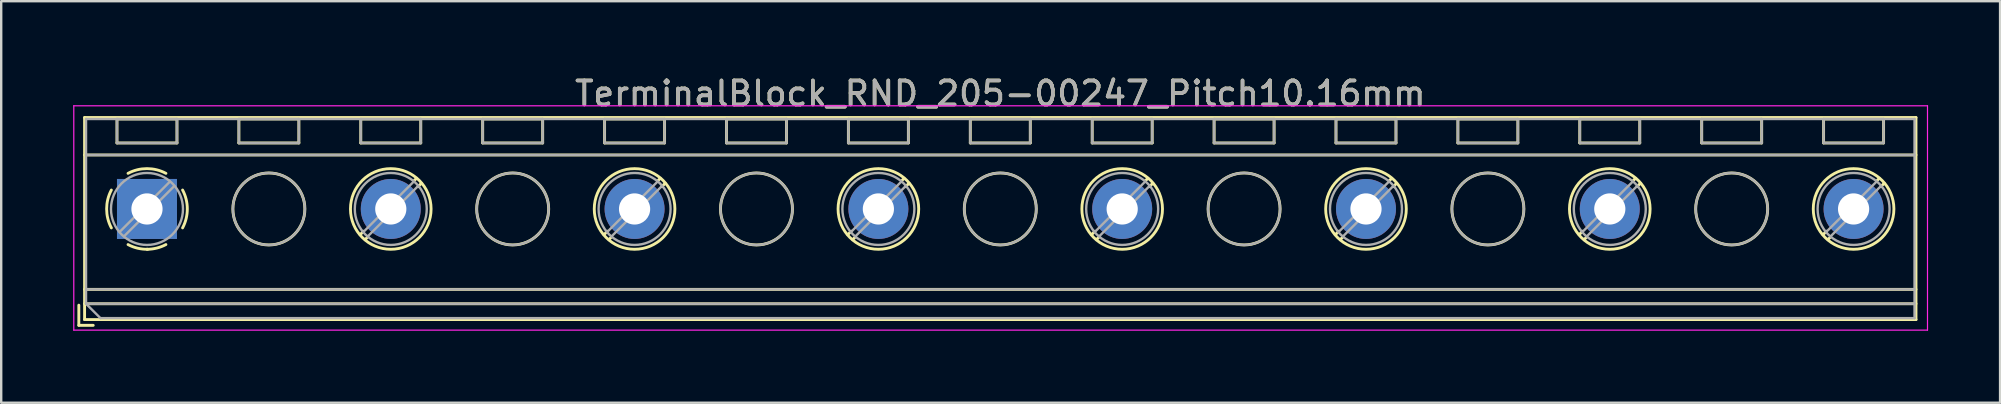
<source format=kicad_pcb>
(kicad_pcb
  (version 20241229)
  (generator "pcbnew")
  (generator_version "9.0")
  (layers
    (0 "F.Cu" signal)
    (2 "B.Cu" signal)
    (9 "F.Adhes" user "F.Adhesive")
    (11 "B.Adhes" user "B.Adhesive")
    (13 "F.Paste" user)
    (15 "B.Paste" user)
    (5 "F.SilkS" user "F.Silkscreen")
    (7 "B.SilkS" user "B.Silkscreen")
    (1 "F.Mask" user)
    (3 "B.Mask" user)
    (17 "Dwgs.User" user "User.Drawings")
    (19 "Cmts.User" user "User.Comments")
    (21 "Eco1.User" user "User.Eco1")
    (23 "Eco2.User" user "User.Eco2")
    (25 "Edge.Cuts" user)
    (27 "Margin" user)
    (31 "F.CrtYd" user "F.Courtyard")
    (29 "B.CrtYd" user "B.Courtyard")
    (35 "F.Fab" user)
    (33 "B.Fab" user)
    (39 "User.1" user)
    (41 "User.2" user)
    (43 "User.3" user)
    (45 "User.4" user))
  (footprint "TerminalBlock_RND_205-00247_Pitch10.16mm"
    (layer "F.Cu")
    (at 3.075 5.658)
    (property "Reference" "TerminalBlock_RND_205-00247_Pitch10.16mm" (at 35.56 -4.81 0) (layer "F.SilkS") (effects (font (size 1 1) (thickness 0.15))))
    (attr through_hole)
    (fp_line (start -2.84 4.01) (end -2.84 4.85) (stroke (width 0.12) (type solid)) (layer "F.SilkS"))
    (fp_line (start -2.84 4.85) (end -2.24 4.85) (stroke (width 0.12) (type solid)) (layer "F.SilkS"))
    (fp_line (start -2.6 -3.81) (end -2.6 4.61) (stroke (width 0.12) (type solid)) (layer "F.SilkS"))
    (fp_line (start -2.6 -2.25) (end 73.72 -2.25) (stroke (width 0.12) (type solid)) (layer "F.SilkS"))
    (fp_line (start -2.6 3.35) (end 73.72 3.35) (stroke (width 0.12) (type solid)) (layer "F.SilkS"))
    (fp_line (start -2.6 3.95) (end 73.72 3.95) (stroke (width 0.12) (type solid)) (layer "F.SilkS"))
    (fp_line (start -2.6 4.61) (end 73.72 4.61) (stroke (width 0.12) (type solid)) (layer "F.SilkS"))
    (fp_line (start -1.25 -3.751) (end -1.25 -2.751) (stroke (width 0.12) (type solid)) (layer "F.SilkS"))
    (fp_line (start -1.25 -3.751) (end 1.25 -3.751) (stroke (width 0.12) (type solid)) (layer "F.SilkS"))
    (fp_line (start -1.25 -2.751) (end 1.25 -2.751) (stroke (width 0.12) (type solid)) (layer "F.SilkS"))
    (fp_line (start 1.25 -3.751) (end 1.25 -2.751) (stroke (width 0.12) (type solid)) (layer "F.SilkS"))
    (fp_line (start 3.83 -3.751) (end 3.83 -2.751) (stroke (width 0.12) (type solid)) (layer "F.SilkS"))
    (fp_line (start 3.83 -3.751) (end 6.33 -3.751) (stroke (width 0.12) (type solid)) (layer "F.SilkS"))
    (fp_line (start 3.83 -2.751) (end 6.33 -2.751) (stroke (width 0.12) (type solid)) (layer "F.SilkS"))
    (fp_line (start 6.33 -3.751) (end 6.33 -2.751) (stroke (width 0.12) (type solid)) (layer "F.SilkS"))
    (fp_line (start 8.91 -3.751) (end 8.91 -2.751) (stroke (width 0.12) (type solid)) (layer "F.SilkS"))
    (fp_line (start 8.91 -3.751) (end 11.41 -3.751) (stroke (width 0.12) (type solid)) (layer "F.SilkS"))
    (fp_line (start 8.91 -2.751) (end 11.41 -2.751) (stroke (width 0.12) (type solid)) (layer "F.SilkS"))
    (fp_line (start 9.027 0.929) (end 8.886 1.069) (stroke (width 0.12) (type solid)) (layer "F.SilkS"))
    (fp_line (start 9.197 1.169) (end 9.091 1.274) (stroke (width 0.12) (type solid)) (layer "F.SilkS"))
    (fp_line (start 11.23 -1.275) (end 11.124 -1.169) (stroke (width 0.12) (type solid)) (layer "F.SilkS"))
    (fp_line (start 11.41 -3.751) (end 11.41 -2.751) (stroke (width 0.12) (type solid)) (layer "F.SilkS"))
    (fp_line (start 11.435 -1.069) (end 11.294 -0.929) (stroke (width 0.12) (type solid)) (layer "F.SilkS"))
    (fp_line (start 13.99 -3.751) (end 13.99 -2.751) (stroke (width 0.12) (type solid)) (layer "F.SilkS"))
    (fp_line (start 13.99 -3.751) (end 16.49 -3.751) (stroke (width 0.12) (type solid)) (layer "F.SilkS"))
    (fp_line (start 13.99 -2.751) (end 16.49 -2.751) (stroke (width 0.12) (type solid)) (layer "F.SilkS"))
    (fp_line (start 16.49 -3.751) (end 16.49 -2.751) (stroke (width 0.12) (type solid)) (layer "F.SilkS"))
    (fp_line (start 19.07 -3.751) (end 19.07 -2.751) (stroke (width 0.12) (type solid)) (layer "F.SilkS"))
    (fp_line (start 19.07 -3.751) (end 21.57 -3.751) (stroke (width 0.12) (type solid)) (layer "F.SilkS"))
    (fp_line (start 19.07 -2.751) (end 21.57 -2.751) (stroke (width 0.12) (type solid)) (layer "F.SilkS"))
    (fp_line (start 19.187 0.929) (end 19.046 1.069) (stroke (width 0.12) (type solid)) (layer "F.SilkS"))
    (fp_line (start 19.357 1.169) (end 19.251 1.274) (stroke (width 0.12) (type solid)) (layer "F.SilkS"))
    (fp_line (start 21.39 -1.275) (end 21.284 -1.169) (stroke (width 0.12) (type solid)) (layer "F.SilkS"))
    (fp_line (start 21.57 -3.751) (end 21.57 -2.751) (stroke (width 0.12) (type solid)) (layer "F.SilkS"))
    (fp_line (start 21.595 -1.069) (end 21.454 -0.929) (stroke (width 0.12) (type solid)) (layer "F.SilkS"))
    (fp_line (start 24.15 -3.751) (end 24.15 -2.751) (stroke (width 0.12) (type solid)) (layer "F.SilkS"))
    (fp_line (start 24.15 -3.751) (end 26.65 -3.751) (stroke (width 0.12) (type solid)) (layer "F.SilkS"))
    (fp_line (start 24.15 -2.751) (end 26.65 -2.751) (stroke (width 0.12) (type solid)) (layer "F.SilkS"))
    (fp_line (start 26.65 -3.751) (end 26.65 -2.751) (stroke (width 0.12) (type solid)) (layer "F.SilkS"))
    (fp_line (start 29.23 -3.751) (end 29.23 -2.751) (stroke (width 0.12) (type solid)) (layer "F.SilkS"))
    (fp_line (start 29.23 -3.751) (end 31.73 -3.751) (stroke (width 0.12) (type solid)) (layer "F.SilkS"))
    (fp_line (start 29.23 -2.751) (end 31.73 -2.751) (stroke (width 0.12) (type solid)) (layer "F.SilkS"))
    (fp_line (start 29.347 0.929) (end 29.206 1.069) (stroke (width 0.12) (type solid)) (layer "F.SilkS"))
    (fp_line (start 29.517 1.169) (end 29.411 1.274) (stroke (width 0.12) (type solid)) (layer "F.SilkS"))
    (fp_line (start 31.55 -1.275) (end 31.444 -1.169) (stroke (width 0.12) (type solid)) (layer "F.SilkS"))
    (fp_line (start 31.73 -3.751) (end 31.73 -2.751) (stroke (width 0.12) (type solid)) (layer "F.SilkS"))
    (fp_line (start 31.755 -1.069) (end 31.614 -0.929) (stroke (width 0.12) (type solid)) (layer "F.SilkS"))
    (fp_line (start 34.31 -3.751) (end 34.31 -2.751) (stroke (width 0.12) (type solid)) (layer "F.SilkS"))
    (fp_line (start 34.31 -3.751) (end 36.81 -3.751) (stroke (width 0.12) (type solid)) (layer "F.SilkS"))
    (fp_line (start 34.31 -2.751) (end 36.81 -2.751) (stroke (width 0.12) (type solid)) (layer "F.SilkS"))
    (fp_line (start 36.81 -3.751) (end 36.81 -2.751) (stroke (width 0.12) (type solid)) (layer "F.SilkS"))
    (fp_line (start 39.39 -3.751) (end 39.39 -2.751) (stroke (width 0.12) (type solid)) (layer "F.SilkS"))
    (fp_line (start 39.39 -3.751) (end 41.89 -3.751) (stroke (width 0.12) (type solid)) (layer "F.SilkS"))
    (fp_line (start 39.39 -2.751) (end 41.89 -2.751) (stroke (width 0.12) (type solid)) (layer "F.SilkS"))
    (fp_line (start 39.507 0.929) (end 39.366 1.069) (stroke (width 0.12) (type solid)) (layer "F.SilkS"))
    (fp_line (start 39.677 1.169) (end 39.571 1.274) (stroke (width 0.12) (type solid)) (layer "F.SilkS"))
    (fp_line (start 41.71 -1.275) (end 41.604 -1.169) (stroke (width 0.12) (type solid)) (layer "F.SilkS"))
    (fp_line (start 41.89 -3.751) (end 41.89 -2.751) (stroke (width 0.12) (type solid)) (layer "F.SilkS"))
    (fp_line (start 41.915 -1.069) (end 41.774 -0.929) (stroke (width 0.12) (type solid)) (layer "F.SilkS"))
    (fp_line (start 44.47 -3.751) (end 44.47 -2.751) (stroke (width 0.12) (type solid)) (layer "F.SilkS"))
    (fp_line (start 44.47 -3.751) (end 46.97 -3.751) (stroke (width 0.12) (type solid)) (layer "F.SilkS"))
    (fp_line (start 44.47 -2.751) (end 46.97 -2.751) (stroke (width 0.12) (type solid)) (layer "F.SilkS"))
    (fp_line (start 46.97 -3.751) (end 46.97 -2.751) (stroke (width 0.12) (type solid)) (layer "F.SilkS"))
    (fp_line (start 49.55 -3.751) (end 49.55 -2.751) (stroke (width 0.12) (type solid)) (layer "F.SilkS"))
    (fp_line (start 49.55 -3.751) (end 52.05 -3.751) (stroke (width 0.12) (type solid)) (layer "F.SilkS"))
    (fp_line (start 49.55 -2.751) (end 52.05 -2.751) (stroke (width 0.12) (type solid)) (layer "F.SilkS"))
    (fp_line (start 49.667 0.929) (end 49.526 1.069) (stroke (width 0.12) (type solid)) (layer "F.SilkS"))
    (fp_line (start 49.837 1.169) (end 49.731 1.274) (stroke (width 0.12) (type solid)) (layer "F.SilkS"))
    (fp_line (start 51.87 -1.275) (end 51.764 -1.169) (stroke (width 0.12) (type solid)) (layer "F.SilkS"))
    (fp_line (start 52.05 -3.751) (end 52.05 -2.751) (stroke (width 0.12) (type solid)) (layer "F.SilkS"))
    (fp_line (start 52.075 -1.069) (end 51.934 -0.929) (stroke (width 0.12) (type solid)) (layer "F.SilkS"))
    (fp_line (start 54.63 -3.751) (end 54.63 -2.751) (stroke (width 0.12) (type solid)) (layer "F.SilkS"))
    (fp_line (start 54.63 -3.751) (end 57.13 -3.751) (stroke (width 0.12) (type solid)) (layer "F.SilkS"))
    (fp_line (start 54.63 -2.751) (end 57.13 -2.751) (stroke (width 0.12) (type solid)) (layer "F.SilkS"))
    (fp_line (start 57.13 -3.751) (end 57.13 -2.751) (stroke (width 0.12) (type solid)) (layer "F.SilkS"))
    (fp_line (start 59.71 -3.751) (end 59.71 -2.751) (stroke (width 0.12) (type solid)) (layer "F.SilkS"))
    (fp_line (start 59.71 -3.751) (end 62.21 -3.751) (stroke (width 0.12) (type solid)) (layer "F.SilkS"))
    (fp_line (start 59.71 -2.751) (end 62.21 -2.751) (stroke (width 0.12) (type solid)) (layer "F.SilkS"))
    (fp_line (start 59.827 0.929) (end 59.686 1.069) (stroke (width 0.12) (type solid)) (layer "F.SilkS"))
    (fp_line (start 59.997 1.169) (end 59.891 1.274) (stroke (width 0.12) (type solid)) (layer "F.SilkS"))
    (fp_line (start 62.03 -1.275) (end 61.924 -1.169) (stroke (width 0.12) (type solid)) (layer "F.SilkS"))
    (fp_line (start 62.21 -3.751) (end 62.21 -2.751) (stroke (width 0.12) (type solid)) (layer "F.SilkS"))
    (fp_line (start 62.235 -1.069) (end 62.094 -0.929) (stroke (width 0.12) (type solid)) (layer "F.SilkS"))
    (fp_line (start 64.791 -3.751) (end 64.791 -2.751) (stroke (width 0.12) (type solid)) (layer "F.SilkS"))
    (fp_line (start 64.791 -3.751) (end 67.29 -3.751) (stroke (width 0.12) (type solid)) (layer "F.SilkS"))
    (fp_line (start 64.791 -2.751) (end 67.29 -2.751) (stroke (width 0.12) (type solid)) (layer "F.SilkS"))
    (fp_line (start 67.29 -3.751) (end 67.29 -2.751) (stroke (width 0.12) (type solid)) (layer "F.SilkS"))
    (fp_line (start 69.87 -3.751) (end 69.87 -2.751) (stroke (width 0.12) (type solid)) (layer "F.SilkS"))
    (fp_line (start 69.87 -3.751) (end 72.37 -3.751) (stroke (width 0.12) (type solid)) (layer "F.SilkS"))
    (fp_line (start 69.87 -2.751) (end 72.37 -2.751) (stroke (width 0.12) (type solid)) (layer "F.SilkS"))
    (fp_line (start 69.987 0.929) (end 69.846 1.069) (stroke (width 0.12) (type solid)) (layer "F.SilkS"))
    (fp_line (start 70.157 1.169) (end 70.051 1.274) (stroke (width 0.12) (type solid)) (layer "F.SilkS"))
    (fp_line (start 72.19 -1.275) (end 72.084 -1.169) (stroke (width 0.12) (type solid)) (layer "F.SilkS"))
    (fp_line (start 72.37 -3.751) (end 72.37 -2.751) (stroke (width 0.12) (type solid)) (layer "F.SilkS"))
    (fp_line (start 72.395 -1.069) (end 72.254 -0.929) (stroke (width 0.12) (type solid)) (layer "F.SilkS"))
    (fp_line (start 73.72 -3.81) (end -2.6 -3.81) (stroke (width 0.12) (type solid)) (layer "F.SilkS"))
    (fp_line (start 73.72 4.61) (end 73.72 -3.81) (stroke (width 0.12) (type solid)) (layer "F.SilkS"))
    (fp_arc (start -1.483953 0.789089) (mid -1.680708 0.00005) (end -1.484 -0.789) (stroke (width 0.12) (type solid)) (layer "F.SilkS"))
    (fp_arc (start -0.789089 -1.483953) (mid -0.00005 -1.680708) (end 0.789 -1.484) (stroke (width 0.12) (type solid)) (layer "F.SilkS"))
    (fp_arc (start 0.029383 1.68045) (mid -0.392304 1.634281) (end -0.789 1.484) (stroke (width 0.12) (type solid)) (layer "F.SilkS"))
    (fp_arc (start 0.788712 1.483352) (mid 0.406429 1.630097) (end 0 1.68) (stroke (width 0.12) (type solid)) (layer "F.SilkS"))
    (fp_arc (start 1.483953 -0.789089) (mid 1.680708 -0.00005) (end 1.484 0.789) (stroke (width 0.12) (type solid)) (layer "F.SilkS"))
    (fp_circle (center 5.08 0) (end 6.58 0) (stroke (width 0.12) (type solid)) (fill no) (layer "F.SilkS"))
    (fp_circle (center 10.16 0) (end 11.84 0) (stroke (width 0.12) (type solid)) (fill no) (layer "F.SilkS"))
    (fp_circle (center 15.24 0) (end 16.74 0) (stroke (width 0.12) (type solid)) (fill no) (layer "F.SilkS"))
    (fp_circle (center 20.32 0) (end 22 0) (stroke (width 0.12) (type solid)) (fill no) (layer "F.SilkS"))
    (fp_circle (center 25.4 0) (end 26.9 0) (stroke (width 0.12) (type solid)) (fill no) (layer "F.SilkS"))
    (fp_circle (center 30.48 0) (end 32.16 0) (stroke (width 0.12) (type solid)) (fill no) (layer "F.SilkS"))
    (fp_circle (center 35.56 0) (end 37.06 0) (stroke (width 0.12) (type solid)) (fill no) (layer "F.SilkS"))
    (fp_circle (center 40.64 0) (end 42.32 0) (stroke (width 0.12) (type solid)) (fill no) (layer "F.SilkS"))
    (fp_circle (center 45.72 0) (end 47.22 0) (stroke (width 0.12) (type solid)) (fill no) (layer "F.SilkS"))
    (fp_circle (center 50.8 0) (end 52.48 0) (stroke (width 0.12) (type solid)) (fill no) (layer "F.SilkS"))
    (fp_circle (center 55.88 0) (end 57.38 0) (stroke (width 0.12) (type solid)) (fill no) (layer "F.SilkS"))
    (fp_circle (center 60.96 0) (end 62.64 0) (stroke (width 0.12) (type solid)) (fill no) (layer "F.SilkS"))
    (fp_circle (center 66.04 0) (end 67.54 0) (stroke (width 0.12) (type solid)) (fill no) (layer "F.SilkS"))
    (fp_circle (center 71.12 0) (end 72.8 0) (stroke (width 0.12) (type solid)) (fill no) (layer "F.SilkS"))
    (fp_line (start -3.05 -4.3) (end -3.05 5.05) (stroke (width 0.05) (type solid)) (layer "F.CrtYd"))
    (fp_line (start -3.05 5.05) (end 74.2 5.05) (stroke (width 0.05) (type solid)) (layer "F.CrtYd"))
    (fp_line (start 74.2 -4.3) (end -3.05 -4.3) (stroke (width 0.05) (type solid)) (layer "F.CrtYd"))
    (fp_line (start 74.2 5.05) (end 74.2 -4.3) (stroke (width 0.05) (type solid)) (layer "F.CrtYd"))
    (fp_line (start -2.54 -3.75) (end 73.66 -3.75) (stroke (width 0.1) (type solid)) (layer "F.Fab"))
    (fp_line (start -2.54 -2.25) (end 73.66 -2.25) (stroke (width 0.1) (type solid)) (layer "F.Fab"))
    (fp_line (start -2.54 3.35) (end 73.66 3.35) (stroke (width 0.1) (type solid)) (layer "F.Fab"))
    (fp_line (start -2.54 3.95) (end -2.54 -3.75) (stroke (width 0.1) (type solid)) (layer "F.Fab"))
    (fp_line (start -2.54 3.95) (end 73.66 3.95) (stroke (width 0.1) (type solid)) (layer "F.Fab"))
    (fp_line (start -1.94 4.55) (end -2.54 3.95) (stroke (width 0.1) (type solid)) (layer "F.Fab"))
    (fp_line (start -1.25 -3.75) (end -1.25 -2.75) (stroke (width 0.1) (type solid)) (layer "F.Fab"))
    (fp_line (start -1.25 -2.75) (end 1.25 -2.75) (stroke (width 0.1) (type solid)) (layer "F.Fab"))
    (fp_line (start 0.955 -1.138) (end -1.138 0.955) (stroke (width 0.1) (type solid)) (layer "F.Fab"))
    (fp_line (start 1.138 -0.955) (end -0.955 1.138) (stroke (width 0.1) (type solid)) (layer "F.Fab"))
    (fp_line (start 1.25 -3.75) (end -1.25 -3.75) (stroke (width 0.1) (type solid)) (layer "F.Fab"))
    (fp_line (start 1.25 -2.75) (end 1.25 -3.75) (stroke (width 0.1) (type solid)) (layer "F.Fab"))
    (fp_line (start 3.83 -3.75) (end 3.83 -2.75) (stroke (width 0.1) (type solid)) (layer "F.Fab"))
    (fp_line (start 3.83 -2.75) (end 6.33 -2.75) (stroke (width 0.1) (type solid)) (layer "F.Fab"))
    (fp_line (start 6.33 -3.75) (end 3.83 -3.75) (stroke (width 0.1) (type solid)) (layer "F.Fab"))
    (fp_line (start 6.33 -2.75) (end 6.33 -3.75) (stroke (width 0.1) (type solid)) (layer "F.Fab"))
    (fp_line (start 8.91 -3.75) (end 8.91 -2.75) (stroke (width 0.1) (type solid)) (layer "F.Fab"))
    (fp_line (start 8.91 -2.75) (end 11.41 -2.75) (stroke (width 0.1) (type solid)) (layer "F.Fab"))
    (fp_line (start 11.115 -1.138) (end 9.023 0.955) (stroke (width 0.1) (type solid)) (layer "F.Fab"))
    (fp_line (start 11.298 -0.955) (end 9.206 1.138) (stroke (width 0.1) (type solid)) (layer "F.Fab"))
    (fp_line (start 11.41 -3.75) (end 8.91 -3.75) (stroke (width 0.1) (type solid)) (layer "F.Fab"))
    (fp_line (start 11.41 -2.75) (end 11.41 -3.75) (stroke (width 0.1) (type solid)) (layer "F.Fab"))
    (fp_line (start 13.99 -3.75) (end 13.99 -2.75) (stroke (width 0.1) (type solid)) (layer "F.Fab"))
    (fp_line (start 13.99 -2.75) (end 16.49 -2.75) (stroke (width 0.1) (type solid)) (layer "F.Fab"))
    (fp_line (start 16.49 -3.75) (end 13.99 -3.75) (stroke (width 0.1) (type solid)) (layer "F.Fab"))
    (fp_line (start 16.49 -2.75) (end 16.49 -3.75) (stroke (width 0.1) (type solid)) (layer "F.Fab"))
    (fp_line (start 19.07 -3.75) (end 19.07 -2.75) (stroke (width 0.1) (type solid)) (layer "F.Fab"))
    (fp_line (start 19.07 -2.75) (end 21.57 -2.75) (stroke (width 0.1) (type solid)) (layer "F.Fab"))
    (fp_line (start 21.275 -1.138) (end 19.183 0.955) (stroke (width 0.1) (type solid)) (layer "F.Fab"))
    (fp_line (start 21.458 -0.955) (end 19.366 1.138) (stroke (width 0.1) (type solid)) (layer "F.Fab"))
    (fp_line (start 21.57 -3.75) (end 19.07 -3.75) (stroke (width 0.1) (type solid)) (layer "F.Fab"))
    (fp_line (start 21.57 -2.75) (end 21.57 -3.75) (stroke (width 0.1) (type solid)) (layer "F.Fab"))
    (fp_line (start 24.15 -3.75) (end 24.15 -2.75) (stroke (width 0.1) (type solid)) (layer "F.Fab"))
    (fp_line (start 24.15 -2.75) (end 26.65 -2.75) (stroke (width 0.1) (type solid)) (layer "F.Fab"))
    (fp_line (start 26.65 -3.75) (end 24.15 -3.75) (stroke (width 0.1) (type solid)) (layer "F.Fab"))
    (fp_line (start 26.65 -2.75) (end 26.65 -3.75) (stroke (width 0.1) (type solid)) (layer "F.Fab"))
    (fp_line (start 29.23 -3.75) (end 29.23 -2.75) (stroke (width 0.1) (type solid)) (layer "F.Fab"))
    (fp_line (start 29.23 -2.75) (end 31.73 -2.75) (stroke (width 0.1) (type solid)) (layer "F.Fab"))
    (fp_line (start 31.435 -1.138) (end 29.343 0.955) (stroke (width 0.1) (type solid)) (layer "F.Fab"))
    (fp_line (start 31.618 -0.955) (end 29.526 1.138) (stroke (width 0.1) (type solid)) (layer "F.Fab"))
    (fp_line (start 31.73 -3.75) (end 29.23 -3.75) (stroke (width 0.1) (type solid)) (layer "F.Fab"))
    (fp_line (start 31.73 -2.75) (end 31.73 -3.75) (stroke (width 0.1) (type solid)) (layer "F.Fab"))
    (fp_line (start 34.31 -3.75) (end 34.31 -2.75) (stroke (width 0.1) (type solid)) (layer "F.Fab"))
    (fp_line (start 34.31 -2.75) (end 36.81 -2.75) (stroke (width 0.1) (type solid)) (layer "F.Fab"))
    (fp_line (start 36.81 -3.75) (end 34.31 -3.75) (stroke (width 0.1) (type solid)) (layer "F.Fab"))
    (fp_line (start 36.81 -2.75) (end 36.81 -3.75) (stroke (width 0.1) (type solid)) (layer "F.Fab"))
    (fp_line (start 39.39 -3.75) (end 39.39 -2.75) (stroke (width 0.1) (type solid)) (layer "F.Fab"))
    (fp_line (start 39.39 -2.75) (end 41.89 -2.75) (stroke (width 0.1) (type solid)) (layer "F.Fab"))
    (fp_line (start 41.595 -1.138) (end 39.503 0.955) (stroke (width 0.1) (type solid)) (layer "F.Fab"))
    (fp_line (start 41.778 -0.955) (end 39.686 1.138) (stroke (width 0.1) (type solid)) (layer "F.Fab"))
    (fp_line (start 41.89 -3.75) (end 39.39 -3.75) (stroke (width 0.1) (type solid)) (layer "F.Fab"))
    (fp_line (start 41.89 -2.75) (end 41.89 -3.75) (stroke (width 0.1) (type solid)) (layer "F.Fab"))
    (fp_line (start 44.47 -3.75) (end 44.47 -2.75) (stroke (width 0.1) (type solid)) (layer "F.Fab"))
    (fp_line (start 44.47 -2.75) (end 46.97 -2.75) (stroke (width 0.1) (type solid)) (layer "F.Fab"))
    (fp_line (start 46.97 -3.75) (end 44.47 -3.75) (stroke (width 0.1) (type solid)) (layer "F.Fab"))
    (fp_line (start 46.97 -2.75) (end 46.97 -3.75) (stroke (width 0.1) (type solid)) (layer "F.Fab"))
    (fp_line (start 49.55 -3.75) (end 49.55 -2.75) (stroke (width 0.1) (type solid)) (layer "F.Fab"))
    (fp_line (start 49.55 -2.75) (end 52.05 -2.75) (stroke (width 0.1) (type solid)) (layer "F.Fab"))
    (fp_line (start 51.755 -1.138) (end 49.663 0.955) (stroke (width 0.1) (type solid)) (layer "F.Fab"))
    (fp_line (start 51.938 -0.955) (end 49.846 1.138) (stroke (width 0.1) (type solid)) (layer "F.Fab"))
    (fp_line (start 52.05 -3.75) (end 49.55 -3.75) (stroke (width 0.1) (type solid)) (layer "F.Fab"))
    (fp_line (start 52.05 -2.75) (end 52.05 -3.75) (stroke (width 0.1) (type solid)) (layer "F.Fab"))
    (fp_line (start 54.63 -3.75) (end 54.63 -2.75) (stroke (width 0.1) (type solid)) (layer "F.Fab"))
    (fp_line (start 54.63 -2.75) (end 57.13 -2.75) (stroke (width 0.1) (type solid)) (layer "F.Fab"))
    (fp_line (start 57.13 -3.75) (end 54.63 -3.75) (stroke (width 0.1) (type solid)) (layer "F.Fab"))
    (fp_line (start 57.13 -2.75) (end 57.13 -3.75) (stroke (width 0.1) (type solid)) (layer "F.Fab"))
    (fp_line (start 59.71 -3.75) (end 59.71 -2.75) (stroke (width 0.1) (type solid)) (layer "F.Fab"))
    (fp_line (start 59.71 -2.75) (end 62.21 -2.75) (stroke (width 0.1) (type solid)) (layer "F.Fab"))
    (fp_line (start 61.915 -1.138) (end 59.823 0.955) (stroke (width 0.1) (type solid)) (layer "F.Fab"))
    (fp_line (start 62.098 -0.955) (end 60.006 1.138) (stroke (width 0.1) (type solid)) (layer "F.Fab"))
    (fp_line (start 62.21 -3.75) (end 59.71 -3.75) (stroke (width 0.1) (type solid)) (layer "F.Fab"))
    (fp_line (start 62.21 -2.75) (end 62.21 -3.75) (stroke (width 0.1) (type solid)) (layer "F.Fab"))
    (fp_line (start 64.79 -3.75) (end 64.79 -2.75) (stroke (width 0.1) (type solid)) (layer "F.Fab"))
    (fp_line (start 64.79 -2.75) (end 67.29 -2.75) (stroke (width 0.1) (type solid)) (layer "F.Fab"))
    (fp_line (start 67.29 -3.75) (end 64.79 -3.75) (stroke (width 0.1) (type solid)) (layer "F.Fab"))
    (fp_line (start 67.29 -2.75) (end 67.29 -3.75) (stroke (width 0.1) (type solid)) (layer "F.Fab"))
    (fp_line (start 69.87 -3.75) (end 69.87 -2.75) (stroke (width 0.1) (type solid)) (layer "F.Fab"))
    (fp_line (start 69.87 -2.75) (end 72.37 -2.75) (stroke (width 0.1) (type solid)) (layer "F.Fab"))
    (fp_line (start 72.075 -1.138) (end 69.983 0.955) (stroke (width 0.1) (type solid)) (layer "F.Fab"))
    (fp_line (start 72.258 -0.955) (end 70.166 1.138) (stroke (width 0.1) (type solid)) (layer "F.Fab"))
    (fp_line (start 72.37 -3.75) (end 69.87 -3.75) (stroke (width 0.1) (type solid)) (layer "F.Fab"))
    (fp_line (start 72.37 -2.75) (end 72.37 -3.75) (stroke (width 0.1) (type solid)) (layer "F.Fab"))
    (fp_line (start 73.66 -3.75) (end 73.66 4.55) (stroke (width 0.1) (type solid)) (layer "F.Fab"))
    (fp_line (start 73.66 4.55) (end -1.94 4.55) (stroke (width 0.1) (type solid)) (layer "F.Fab"))
    (fp_circle (center 0 0) (end 1.5 0) (stroke (width 0.1) (type solid)) (fill no) (layer "F.Fab"))
    (fp_circle (center 5.08 0) (end 6.58 0) (stroke (width 0.1) (type solid)) (fill no) (layer "F.Fab"))
    (fp_circle (center 10.16 0) (end 11.66 0) (stroke (width 0.1) (type solid)) (fill no) (layer "F.Fab"))
    (fp_circle (center 15.24 0) (end 16.74 0) (stroke (width 0.1) (type solid)) (fill no) (layer "F.Fab"))
    (fp_circle (center 20.32 0) (end 21.82 0) (stroke (width 0.1) (type solid)) (fill no) (layer "F.Fab"))
    (fp_circle (center 25.4 0) (end 26.9 0) (stroke (width 0.1) (type solid)) (fill no) (layer "F.Fab"))
    (fp_circle (center 30.48 0) (end 31.98 0) (stroke (width 0.1) (type solid)) (fill no) (layer "F.Fab"))
    (fp_circle (center 35.56 0) (end 37.06 0) (stroke (width 0.1) (type solid)) (fill no) (layer "F.Fab"))
    (fp_circle (center 40.64 0) (end 42.14 0) (stroke (width 0.1) (type solid)) (fill no) (layer "F.Fab"))
    (fp_circle (center 45.72 0) (end 47.22 0) (stroke (width 0.1) (type solid)) (fill no) (layer "F.Fab"))
    (fp_circle (center 50.8 0) (end 52.3 0) (stroke (width 0.1) (type solid)) (fill no) (layer "F.Fab"))
    (fp_circle (center 55.88 0) (end 57.38 0) (stroke (width 0.1) (type solid)) (fill no) (layer "F.Fab"))
    (fp_circle (center 60.96 0) (end 62.46 0) (stroke (width 0.1) (type solid)) (fill no) (layer "F.Fab"))
    (fp_circle (center 66.04 0) (end 67.54 0) (stroke (width 0.1) (type solid)) (fill no) (layer "F.Fab"))
    (fp_circle (center 71.12 0) (end 72.62 0) (stroke (width 0.1) (type solid)) (fill no) (layer "F.Fab"))
    (fp_text user "${REFERENCE}" (at 35.56 -4.81 0) (layer "F.Fab") (effects (font (size 1 1) (thickness 0.15))))
    (pad "1" thru_hole rect (at 0 0) (size 2.5 2.5) (drill 1.3) (layers "*.Cu" "*.Mask"))
    (pad "2" thru_hole oval (at 10.16 0) (size 2.5 2.5) (drill 1.3) (layers "*.Cu" "*.Mask"))
    (pad "3" thru_hole oval (at 20.32 0) (size 2.5 2.5) (drill 1.3) (layers "*.Cu" "*.Mask"))
    (pad "4" thru_hole oval (at 30.48 0) (size 2.5 2.5) (drill 1.3) (layers "*.Cu" "*.Mask"))
    (pad "5" thru_hole oval (at 40.64 0) (size 2.5 2.5) (drill 1.3) (layers "*.Cu" "*.Mask"))
    (pad "6" thru_hole oval (at 50.8 0) (size 2.5 2.5) (drill 1.3) (layers "*.Cu" "*.Mask"))
    (pad "7" thru_hole oval (at 60.96 0) (size 2.5 2.5) (drill 1.3) (layers "*.Cu" "*.Mask"))
    (pad "8" thru_hole oval (at 71.12 0) (size 2.5 2.5) (drill 1.3) (layers "*.Cu" "*.Mask")))
  (gr_rect
    (start -3 -3)
    (end 80.3 13.733)
    (stroke (width 0.1) (type default))
    (fill no)
    (layer "Edge.Cuts")))
</source>
